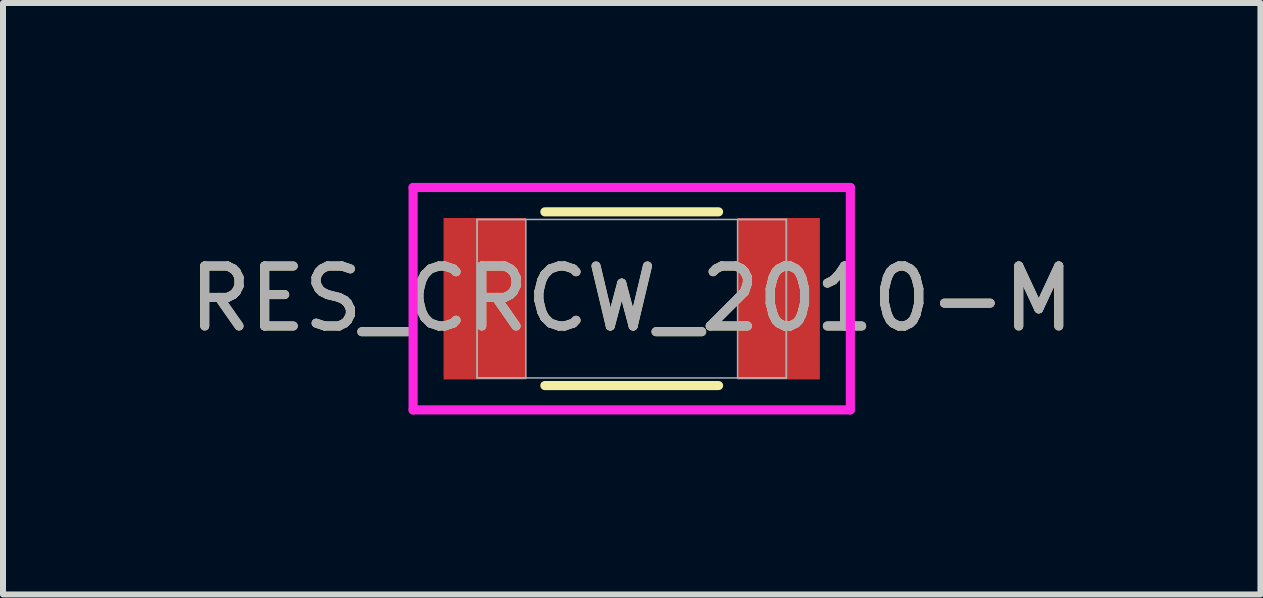
<source format=kicad_pcb>
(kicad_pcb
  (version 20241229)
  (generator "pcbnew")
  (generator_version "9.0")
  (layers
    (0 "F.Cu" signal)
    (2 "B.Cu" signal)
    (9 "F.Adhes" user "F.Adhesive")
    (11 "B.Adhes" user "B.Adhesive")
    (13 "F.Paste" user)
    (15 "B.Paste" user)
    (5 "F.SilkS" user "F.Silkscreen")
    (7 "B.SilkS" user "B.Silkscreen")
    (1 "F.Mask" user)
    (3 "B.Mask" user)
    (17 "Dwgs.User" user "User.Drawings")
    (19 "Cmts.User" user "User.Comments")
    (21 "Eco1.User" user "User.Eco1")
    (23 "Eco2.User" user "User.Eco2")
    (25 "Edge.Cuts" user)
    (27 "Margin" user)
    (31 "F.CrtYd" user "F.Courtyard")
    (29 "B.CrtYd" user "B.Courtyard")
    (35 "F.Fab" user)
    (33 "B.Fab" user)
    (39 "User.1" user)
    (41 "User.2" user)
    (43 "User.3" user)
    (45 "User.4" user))
  (footprint "RES_CRCW_2010-M"
    (layer "F.Cu")
    (at 7.482 1.93)
    (property "Reference" "RES_CRCW_2010-M" (at 0 0 0) (unlocked yes) (layer "F.SilkS") (effects (font (size 1 1) (thickness 0.15))))
    (attr smd)
    (fp_line (start -1.448 1.448) (end 1.448 1.448) (stroke (width 0.152) (type solid)) (layer "F.SilkS"))
    (fp_line (start 1.448 -1.448) (end -1.448 -1.448) (stroke (width 0.152) (type solid)) (layer "F.SilkS"))
    (fp_line (start -3.645 -1.854) (end 3.645 -1.854) (stroke (width 0.152) (type solid)) (layer "F.CrtYd"))
    (fp_line (start -3.645 1.854) (end -3.645 -1.854) (stroke (width 0.152) (type solid)) (layer "F.CrtYd"))
    (fp_line (start 3.645 -1.854) (end 3.645 1.854) (stroke (width 0.152) (type solid)) (layer "F.CrtYd"))
    (fp_line (start 3.645 1.854) (end -3.645 1.854) (stroke (width 0.152) (type solid)) (layer "F.CrtYd"))
    (fp_line (start -2.578 -1.321) (end -2.578 1.321) (stroke (width 0.025) (type solid)) (layer "F.Fab"))
    (fp_line (start -2.578 -1.321) (end -2.578 1.321) (stroke (width 0.025) (type solid)) (layer "F.Fab"))
    (fp_line (start -2.578 1.321) (end -1.765 1.321) (stroke (width 0.025) (type solid)) (layer "F.Fab"))
    (fp_line (start -2.578 1.321) (end 2.578 1.321) (stroke (width 0.025) (type solid)) (layer "F.Fab"))
    (fp_line (start -1.765 -1.321) (end -2.578 -1.321) (stroke (width 0.025) (type solid)) (layer "F.Fab"))
    (fp_line (start -1.765 1.321) (end -1.765 -1.321) (stroke (width 0.025) (type solid)) (layer "F.Fab"))
    (fp_line (start 1.765 -1.321) (end 1.765 1.321) (stroke (width 0.025) (type solid)) (layer "F.Fab"))
    (fp_line (start 1.765 1.321) (end 2.578 1.321) (stroke (width 0.025) (type solid)) (layer "F.Fab"))
    (fp_line (start 2.578 -1.321) (end -2.578 -1.321) (stroke (width 0.025) (type solid)) (layer "F.Fab"))
    (fp_line (start 2.578 -1.321) (end 1.765 -1.321) (stroke (width 0.025) (type solid)) (layer "F.Fab"))
    (fp_line (start 2.578 1.321) (end 2.578 -1.321) (stroke (width 0.025) (type solid)) (layer "F.Fab"))
    (fp_line (start 2.578 1.321) (end 2.578 -1.321) (stroke (width 0.025) (type solid)) (layer "F.Fab"))
    (fp_text user "${REFERENCE}" (at 0 0 0) (unlocked yes) (layer "F.Fab") (effects (font (size 1 1) (thickness 0.15))))
    (pad "1" smd rect (at -2.451 0) (size 1.372 2.692) (layers "F.Cu" "F.Mask" "F.Paste"))
    (pad "2" smd rect (at 2.451 0) (size 1.372 2.692) (layers "F.Cu" "F.Mask" "F.Paste"))
    (zone (net_name "") (layer "F.Cu") (hatch full 0.508) (connect_pads) (min_thickness 0.254) (filled_areas_thickness no) (keepout (tracks not_allowed) (vias not_allowed) (pads allowed) (copperpour not_allowed) (footprints allowed)) (placement (enabled no)) (fill) (polygon (pts (xy 5.768 0.66) (xy 9.197 0.66) (xy 9.197 3.2) (xy 5.768 3.2)))))
  (gr_rect
    (start -3 -3)
    (end 17.964 6.861)
    (stroke (width 0.1) (type default))
    (fill no)
    (layer "Edge.Cuts")))
</source>
